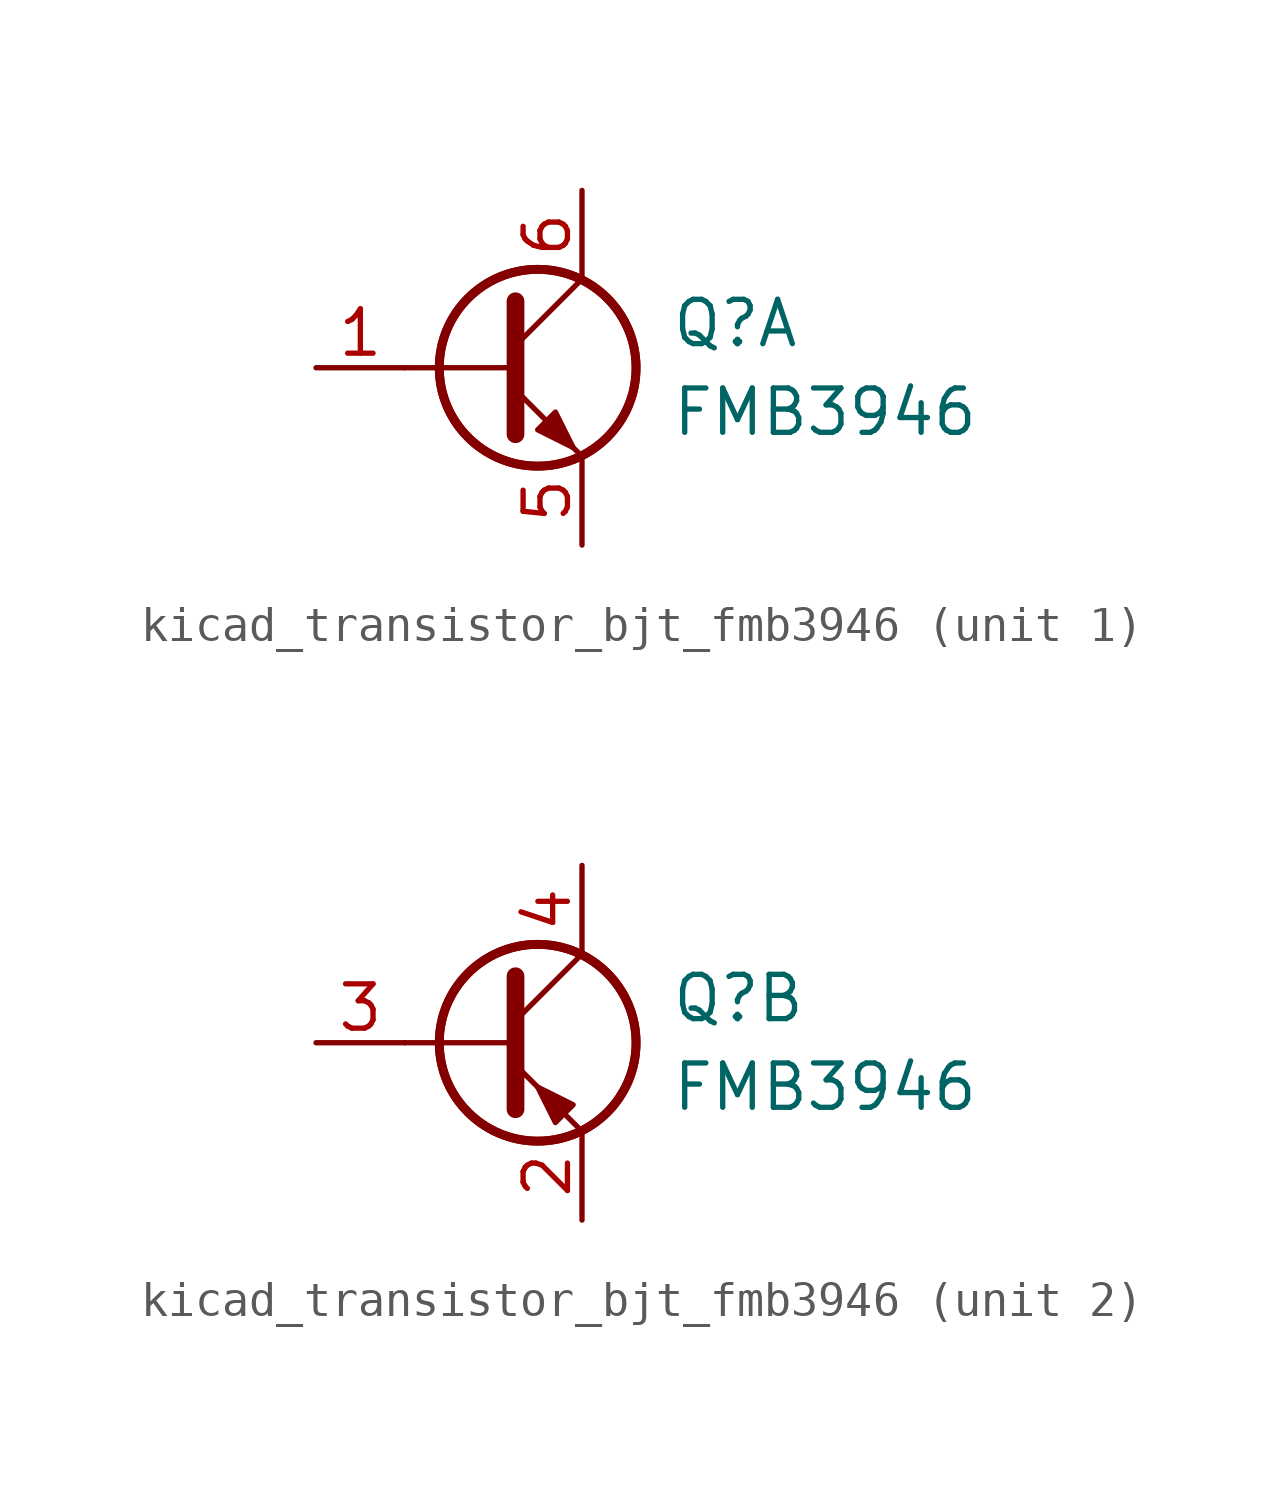
<source format=kicad_sym>
(kicad_symbol_lib
  (version 20220914)
  (generator kicad_symbol_editor)
  (symbol "kicad_transistor_bjt_fmb3946"
    (pin_names
      (offset 0) hide)
    (property "Reference" "Q"
      (at 5.08 1.27 0)
      (effects (font (size 1.27 1.27)) (justify left)))
    (property "Value" "FMB3946"
      (at 5.08 -1.27 0)
      (effects (font (size 1.27 1.27)) (justify left)))
    (property "ki_locked" ""
      (at 0 0 0)
      (effects (font (size 1.27 1.27))))
    (symbol "kicad_transistor_bjt_fmb3946_0_1"
      (polyline (pts (xy 0.635 0) (xy -2.54 0)) (stroke (width 0) (type default)) (fill (type none)))
      (circle (center 1.27 0) (radius 2.819) (stroke (width 0.254) (type default)) (fill (type none)))
      (circle (center 1.27 0) (radius 2.819) (stroke (width 0.254) (type default)) (fill (type none))))
    (symbol "kicad_transistor_bjt_fmb3946_1_1"
      (polyline (pts (xy 0.635 0.635) (xy 2.54 2.54)) (stroke (width 0) (type default)) (fill (type none)))
      (polyline (pts (xy 0.635 -0.635) (xy 2.54 -2.54) (xy 2.54 -2.54)) (stroke (width 0) (type default)) (fill (type none)))
      (polyline (pts (xy 0.635 1.905) (xy 0.635 -1.905) (xy 0.635 -1.905)) (stroke (width 0.508) (type default)) (fill (type none)))
      (polyline (pts (xy 1.27 -1.778) (xy 1.778 -1.27) (xy 2.286 -2.286) (xy 1.27 -1.778) (xy 1.27 -1.778)) (stroke (width 0) (type default)) (fill (type outline)))
      (pin input line (at -5.08 0 0) (length 2.54) (name "B1" (effects (font (size 1.27 1.27)))) (number "1" (effects (font (size 1.27 1.27)))))
      (pin passive line (at 2.54 -5.08 90) (length 2.54) (name "E1" (effects (font (size 1.27 1.27)))) (number "5" (effects (font (size 1.27 1.27)))))
      (pin passive line (at 2.54 5.08 270) (length 2.54) (name "C1" (effects (font (size 1.27 1.27)))) (number "6" (effects (font (size 1.27 1.27))))))
    (symbol "kicad_transistor_bjt_fmb3946_2_1"
      (polyline (pts (xy 0.635 0.635) (xy 2.54 2.54)) (stroke (width 0) (type default)) (fill (type none)))
      (polyline (pts (xy 0.635 -0.635) (xy 2.54 -2.54) (xy 2.54 -2.54)) (stroke (width 0) (type default)) (fill (type none)))
      (polyline (pts (xy 0.635 1.905) (xy 0.635 -1.905) (xy 0.635 -1.905)) (stroke (width 0.508) (type default)) (fill (type none)))
      (polyline (pts (xy 2.286 -1.778) (xy 1.778 -2.286) (xy 1.27 -1.27) (xy 2.286 -1.778) (xy 2.286 -1.778)) (stroke (width 0) (type default)) (fill (type outline)))
      (pin passive line (at 2.54 -5.08 90) (length 2.54) (name "E2" (effects (font (size 1.27 1.27)))) (number "2" (effects (font (size 1.27 1.27)))))
      (pin input line (at -5.08 0 0) (length 2.54) (name "B2" (effects (font (size 1.27 1.27)))) (number "3" (effects (font (size 1.27 1.27)))))
      (pin passive line (at 2.54 5.08 270) (length 2.54) (name "C2" (effects (font (size 1.27 1.27)))) (number "4" (effects (font (size 1.27 1.27))))))))
</source>
